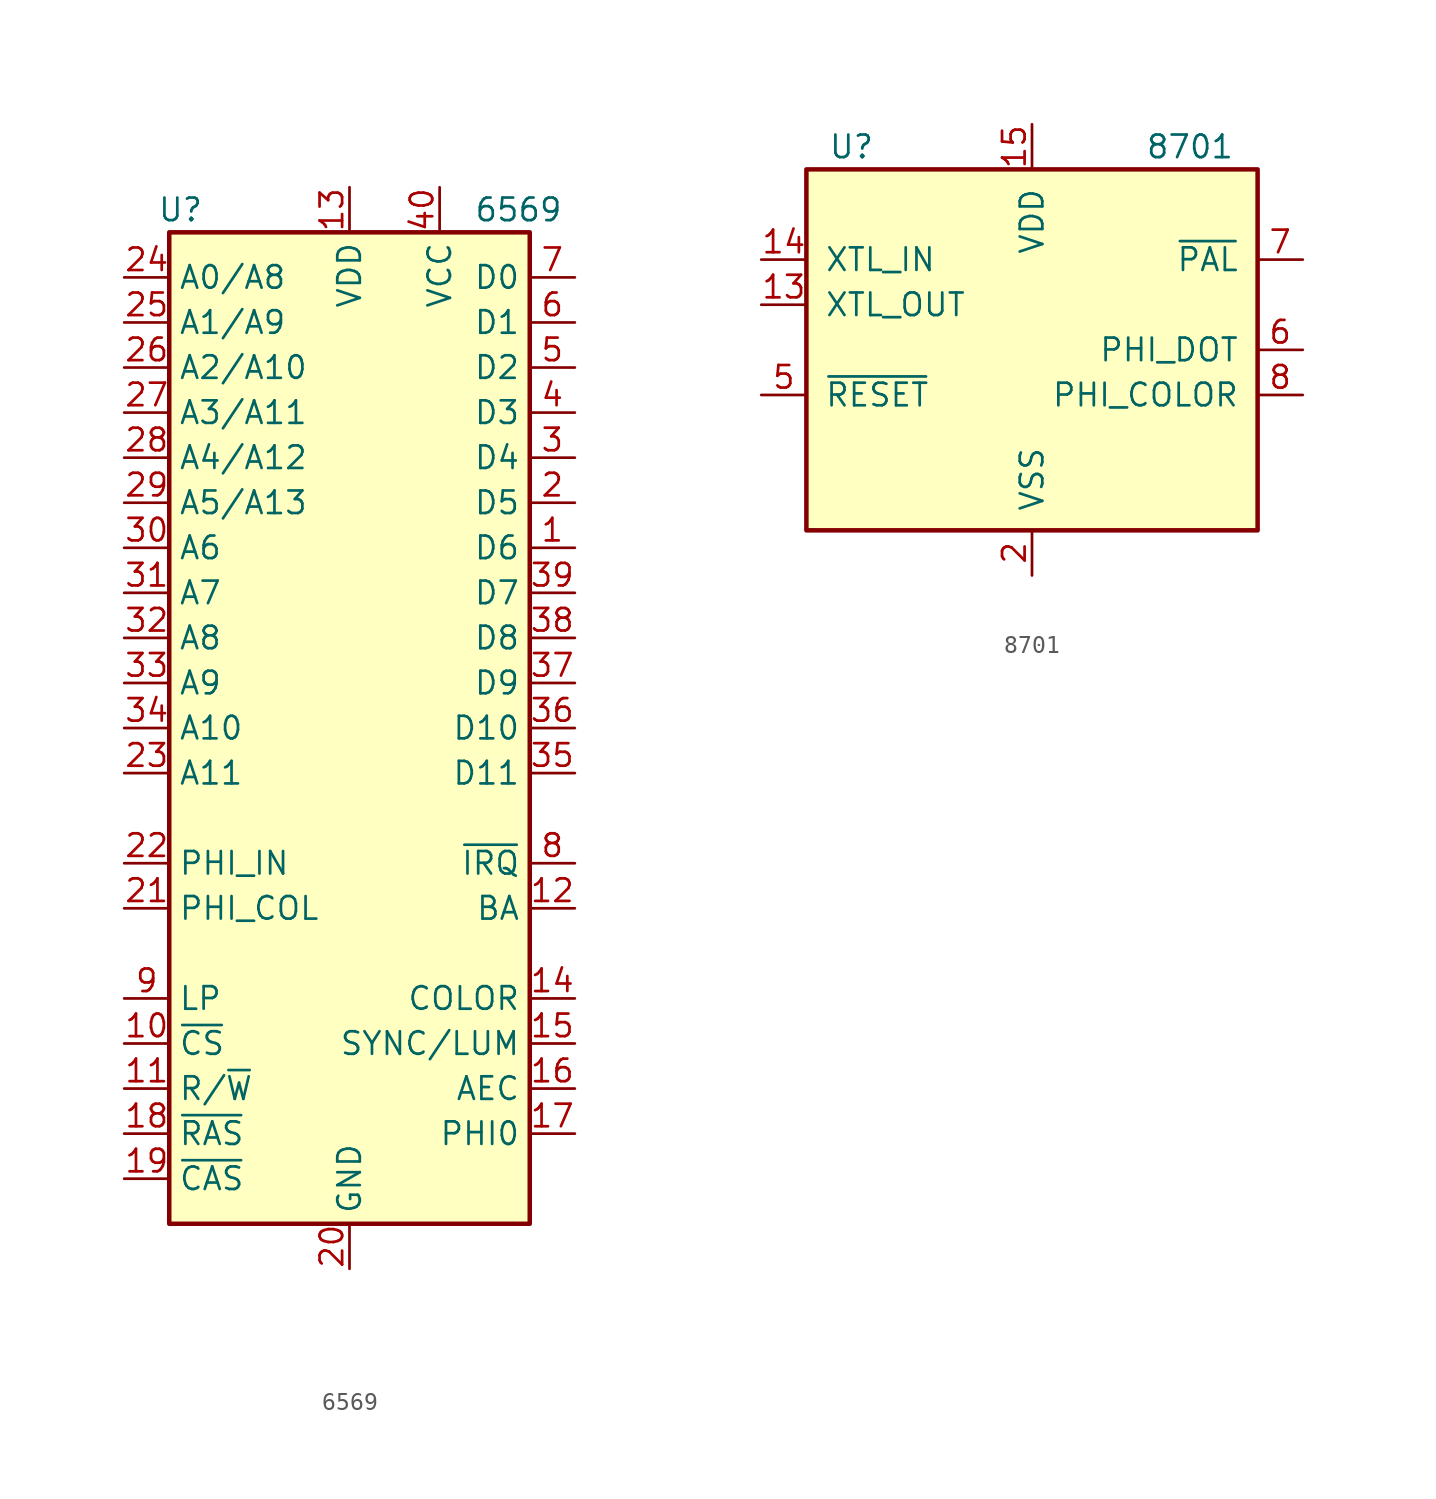
<source format=kicad_sym>
(kicad_symbol_lib
  (version 20220914)
  (generator kicad_symbol_editor)
  (symbol "6569"
    (property "Reference" "U"
      (at -9.525 29.21 0)
      (effects (font (size 1.27 1.27))))
    (property "Value" "6569"
      (at 9.525 29.21 0)
      (effects (font (size 1.27 1.27))))
    (symbol "6569_0_1"
      (rectangle (start -10.16 27.94) (end 10.16 -27.94) (stroke (width 0.254) (type solid)) (fill (type background))))
    (symbol "6569_1_1"
      (pin bidirectional line (at 12.7 10.16 180) (length 2.54) (name "D6" (effects (font (size 1.27 1.27)))) (number "1" (effects (font (size 1.27 1.27)))))
      (pin input line (at -12.7 -17.78 0) (length 2.54) (name "~{CS}" (effects (font (size 1.27 1.27)))) (number "10" (effects (font (size 1.27 1.27)))))
      (pin input line (at -12.7 -20.32 0) (length 2.54) (name "R/~{W}" (effects (font (size 1.27 1.27)))) (number "11" (effects (font (size 1.27 1.27)))))
      (pin output line (at 12.7 -10.16 180) (length 2.54) (name "BA" (effects (font (size 1.27 1.27)))) (number "12" (effects (font (size 1.27 1.27)))))
      (pin power_in line (at 0 30.48 270) (length 2.54) (name "VDD" (effects (font (size 1.27 1.27)))) (number "13" (effects (font (size 1.27 1.27)))))
      (pin output line (at 12.7 -15.24 180) (length 2.54) (name "COLOR" (effects (font (size 1.27 1.27)))) (number "14" (effects (font (size 1.27 1.27)))))
      (pin output line (at 12.7 -17.78 180) (length 2.54) (name "SYNC/LUM" (effects (font (size 1.27 1.27)))) (number "15" (effects (font (size 1.27 1.27)))))
      (pin output line (at 12.7 -20.32 180) (length 2.54) (name "AEC" (effects (font (size 1.27 1.27)))) (number "16" (effects (font (size 1.27 1.27)))))
      (pin output line (at 12.7 -22.86 180) (length 2.54) (name "PHI0" (effects (font (size 1.27 1.27)))) (number "17" (effects (font (size 1.27 1.27)))))
      (pin output line (at -12.7 -22.86 0) (length 2.54) (name "~{RAS}" (effects (font (size 1.27 1.27)))) (number "18" (effects (font (size 1.27 1.27)))))
      (pin output line (at -12.7 -25.4 0) (length 2.54) (name "~{CAS}" (effects (font (size 1.27 1.27)))) (number "19" (effects (font (size 1.27 1.27)))))
      (pin bidirectional line (at 12.7 12.7 180) (length 2.54) (name "D5" (effects (font (size 1.27 1.27)))) (number "2" (effects (font (size 1.27 1.27)))))
      (pin power_in line (at 0 -30.48 90) (length 2.54) (name "GND" (effects (font (size 1.27 1.27)))) (number "20" (effects (font (size 1.27 1.27)))))
      (pin input line (at -12.7 -10.16 0) (length 2.54) (name "PHI_COL" (effects (font (size 1.27 1.27)))) (number "21" (effects (font (size 1.27 1.27)))))
      (pin input line (at -12.7 -7.62 0) (length 2.54) (name "PHI_IN" (effects (font (size 1.27 1.27)))) (number "22" (effects (font (size 1.27 1.27)))))
      (pin bidirectional line (at -12.7 -2.54 0) (length 2.54) (name "A11" (effects (font (size 1.27 1.27)))) (number "23" (effects (font (size 1.27 1.27)))))
      (pin bidirectional line (at -12.7 25.4 0) (length 2.54) (name "A0/A8" (effects (font (size 1.27 1.27)))) (number "24" (effects (font (size 1.27 1.27)))))
      (pin bidirectional line (at -12.7 22.86 0) (length 2.54) (name "A1/A9" (effects (font (size 1.27 1.27)))) (number "25" (effects (font (size 1.27 1.27)))))
      (pin bidirectional line (at -12.7 20.32 0) (length 2.54) (name "A2/A10" (effects (font (size 1.27 1.27)))) (number "26" (effects (font (size 1.27 1.27)))))
      (pin bidirectional line (at -12.7 17.78 0) (length 2.54) (name "A3/A11" (effects (font (size 1.27 1.27)))) (number "27" (effects (font (size 1.27 1.27)))))
      (pin bidirectional line (at -12.7 15.24 0) (length 2.54) (name "A4/A12" (effects (font (size 1.27 1.27)))) (number "28" (effects (font (size 1.27 1.27)))))
      (pin bidirectional line (at -12.7 12.7 0) (length 2.54) (name "A5/A13" (effects (font (size 1.27 1.27)))) (number "29" (effects (font (size 1.27 1.27)))))
      (pin bidirectional line (at 12.7 15.24 180) (length 2.54) (name "D4" (effects (font (size 1.27 1.27)))) (number "3" (effects (font (size 1.27 1.27)))))
      (pin bidirectional line (at -12.7 10.16 0) (length 2.54) (name "A6" (effects (font (size 1.27 1.27)))) (number "30" (effects (font (size 1.27 1.27)))))
      (pin bidirectional line (at -12.7 7.62 0) (length 2.54) (name "A7" (effects (font (size 1.27 1.27)))) (number "31" (effects (font (size 1.27 1.27)))))
      (pin bidirectional line (at -12.7 5.08 0) (length 2.54) (name "A8" (effects (font (size 1.27 1.27)))) (number "32" (effects (font (size 1.27 1.27)))))
      (pin bidirectional line (at -12.7 2.54 0) (length 2.54) (name "A9" (effects (font (size 1.27 1.27)))) (number "33" (effects (font (size 1.27 1.27)))))
      (pin bidirectional line (at -12.7 0 0) (length 2.54) (name "A10" (effects (font (size 1.27 1.27)))) (number "34" (effects (font (size 1.27 1.27)))))
      (pin bidirectional line (at 12.7 -2.54 180) (length 2.54) (name "D11" (effects (font (size 1.27 1.27)))) (number "35" (effects (font (size 1.27 1.27)))))
      (pin bidirectional line (at 12.7 0 180) (length 2.54) (name "D10" (effects (font (size 1.27 1.27)))) (number "36" (effects (font (size 1.27 1.27)))))
      (pin bidirectional line (at 12.7 2.54 180) (length 2.54) (name "D9" (effects (font (size 1.27 1.27)))) (number "37" (effects (font (size 1.27 1.27)))))
      (pin bidirectional line (at 12.7 5.08 180) (length 2.54) (name "D8" (effects (font (size 1.27 1.27)))) (number "38" (effects (font (size 1.27 1.27)))))
      (pin bidirectional line (at 12.7 7.62 180) (length 2.54) (name "D7" (effects (font (size 1.27 1.27)))) (number "39" (effects (font (size 1.27 1.27)))))
      (pin bidirectional line (at 12.7 17.78 180) (length 2.54) (name "D3" (effects (font (size 1.27 1.27)))) (number "4" (effects (font (size 1.27 1.27)))))
      (pin power_in line (at 5.08 30.48 270) (length 2.54) (name "VCC" (effects (font (size 1.27 1.27)))) (number "40" (effects (font (size 1.27 1.27)))))
      (pin bidirectional line (at 12.7 20.32 180) (length 2.54) (name "D2" (effects (font (size 1.27 1.27)))) (number "5" (effects (font (size 1.27 1.27)))))
      (pin bidirectional line (at 12.7 22.86 180) (length 2.54) (name "D1" (effects (font (size 1.27 1.27)))) (number "6" (effects (font (size 1.27 1.27)))))
      (pin bidirectional line (at 12.7 25.4 180) (length 2.54) (name "D0" (effects (font (size 1.27 1.27)))) (number "7" (effects (font (size 1.27 1.27)))))
      (pin open_collector line (at 12.7 -7.62 180) (length 2.54) (name "~{IRQ}" (effects (font (size 1.27 1.27)))) (number "8" (effects (font (size 1.27 1.27)))))
      (pin input line (at -12.7 -15.24 0) (length 2.54) (name "LP" (effects (font (size 1.27 1.27)))) (number "9" (effects (font (size 1.27 1.27)))))))
  (symbol "8701"
    (pin_names
      (offset 1.016))
    (property "Reference" "U"
      (at -10.16 11.43 0)
      (effects (font (size 1.27 1.27))))
    (property "Value" "8701"
      (at 8.89 11.43 0)
      (effects (font (size 1.27 1.27))))
    (symbol "8701_0_0"
      (pin passive line (at 0 12.7 270) (length 2.54) hide (name "VDD" (effects (font (size 1.27 1.27)))) (number "12" (effects (font (size 1.27 1.27))))))
    (symbol "8701_0_1"
      (rectangle (start -12.7 10.16) (end 12.7 -10.16) (stroke (width 0.254) (type solid)) (fill (type background))))
    (symbol "8701_1_1"
      (pin no_connect line (at -12.7 7.62 0) (length 2.54) hide (name "NC" (effects (font (size 1.27 1.27)))) (number "1" (effects (font (size 1.27 1.27)))))
      (pin no_connect line (at 12.7 7.62 180) (length 2.54) hide (name "NC" (effects (font (size 1.27 1.27)))) (number "10" (effects (font (size 1.27 1.27)))))
      (pin no_connect line (at 12.7 -5.08 180) (length 2.54) hide (name "NC" (effects (font (size 1.27 1.27)))) (number "11" (effects (font (size 1.27 1.27)))))
      (pin output line (at -15.24 2.54 0) (length 2.54) (name "XTL_OUT" (effects (font (size 1.27 1.27)))) (number "13" (effects (font (size 1.27 1.27)))))
      (pin input line (at -15.24 5.08 0) (length 2.54) (name "XTL_IN" (effects (font (size 1.27 1.27)))) (number "14" (effects (font (size 1.27 1.27)))))
      (pin power_in line (at 0 12.7 270) (length 2.54) (name "VDD" (effects (font (size 1.27 1.27)))) (number "15" (effects (font (size 1.27 1.27)))))
      (pin no_connect line (at 12.7 -7.62 180) (length 2.54) hide (name "NC" (effects (font (size 1.27 1.27)))) (number "16" (effects (font (size 1.27 1.27)))))
      (pin power_in line (at 0 -12.7 90) (length 2.54) (name "VSS" (effects (font (size 1.27 1.27)))) (number "2" (effects (font (size 1.27 1.27)))))
      (pin no_connect line (at -12.7 -7.62 0) (length 2.54) hide (name "NC" (effects (font (size 1.27 1.27)))) (number "3" (effects (font (size 1.27 1.27)))))
      (pin passive line (at 0 -12.7 90) (length 2.54) hide (name "~" (effects (font (size 1.27 1.27)))) (number "4" (effects (font (size 1.27 1.27)))))
      (pin input line (at -15.24 -2.54 0) (length 2.54) (name "~{RESET}" (effects (font (size 1.27 1.27)))) (number "5" (effects (font (size 1.27 1.27)))))
      (pin output line (at 15.24 0 180) (length 2.54) (name "PHI_DOT" (effects (font (size 1.27 1.27)))) (number "6" (effects (font (size 1.27 1.27)))))
      (pin input line (at 15.24 5.08 180) (length 2.54) (name "~{PAL}" (effects (font (size 1.27 1.27)))) (number "7" (effects (font (size 1.27 1.27)))))
      (pin output line (at 15.24 -2.54 180) (length 2.54) (name "PHI_COLOR" (effects (font (size 1.27 1.27)))) (number "8" (effects (font (size 1.27 1.27)))))
      (pin passive line (at 0 -12.7 90) (length 2.54) hide (name "VSS" (effects (font (size 1.27 1.27)))) (number "9" (effects (font (size 1.27 1.27))))))))
</source>
